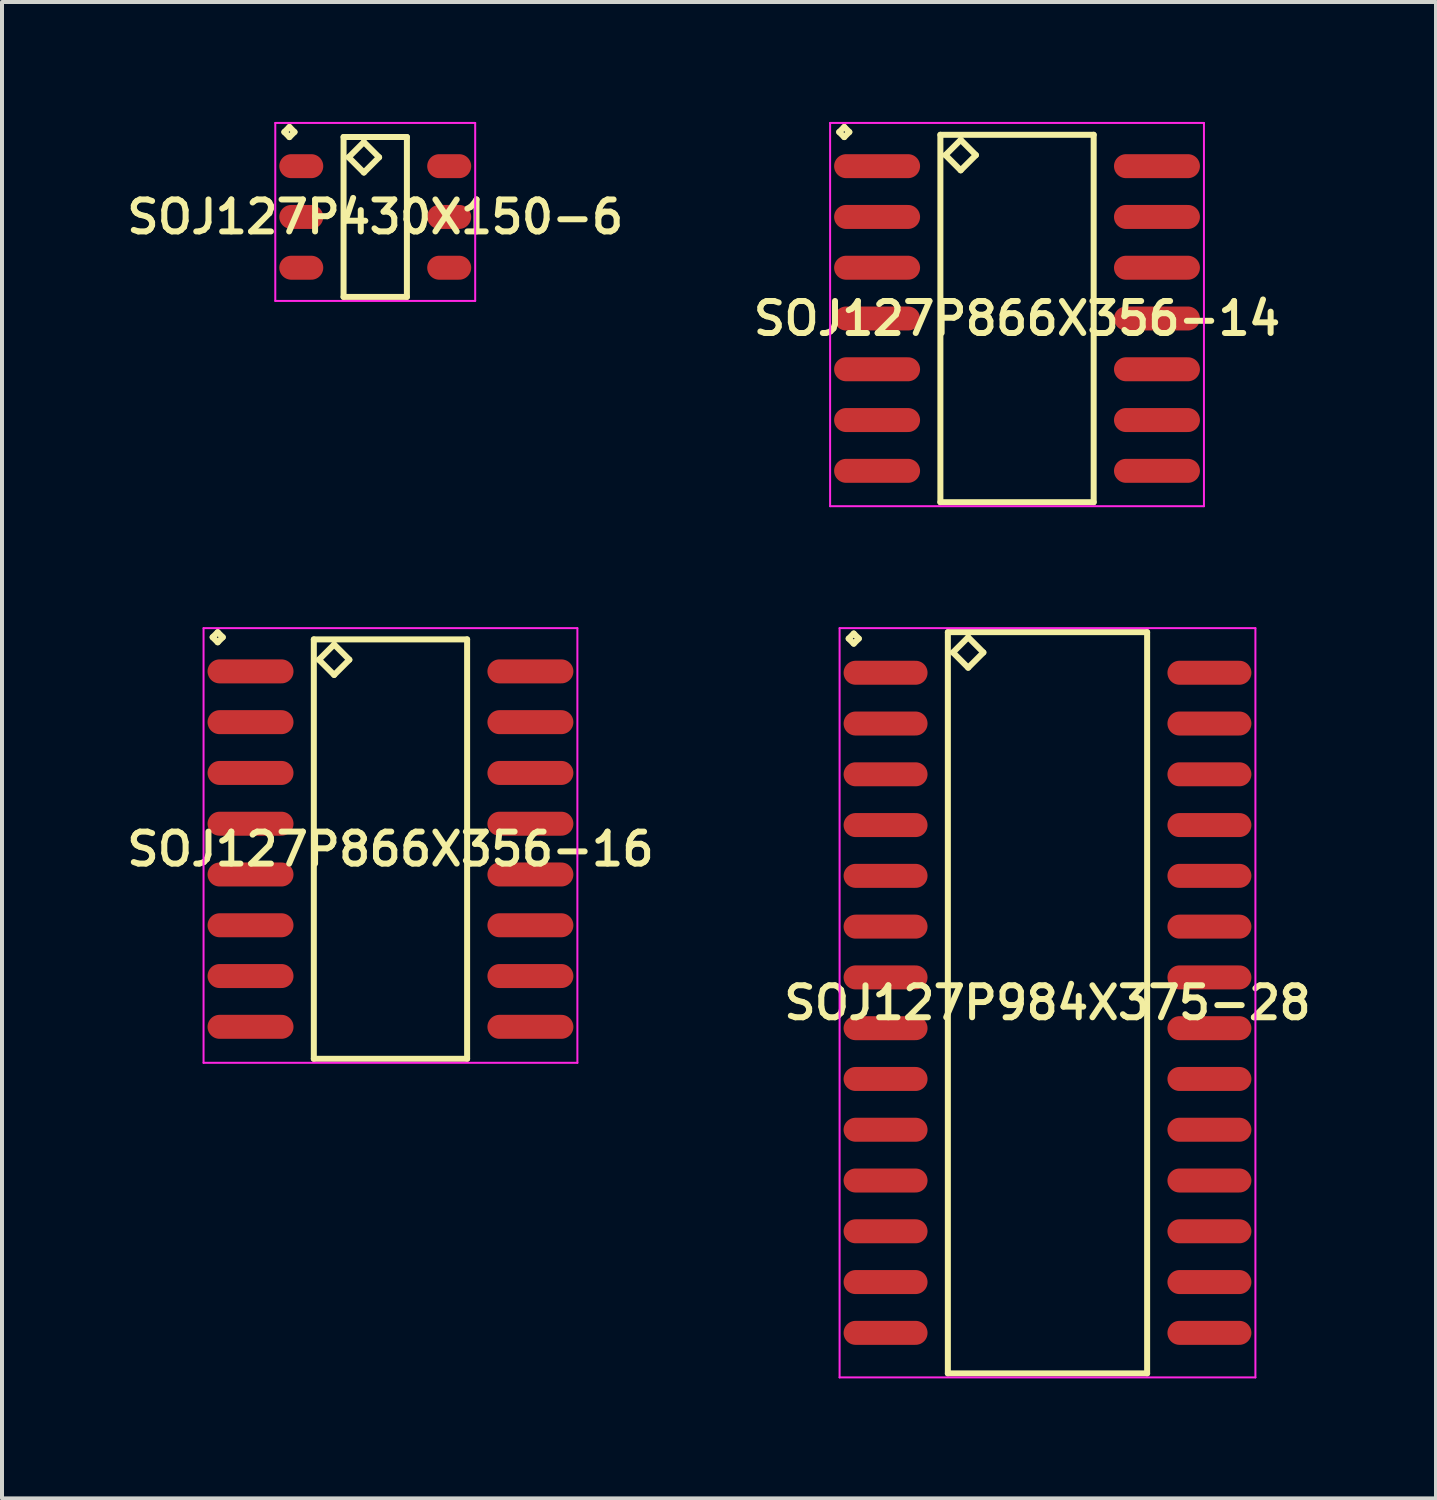
<source format=kicad_pcb>
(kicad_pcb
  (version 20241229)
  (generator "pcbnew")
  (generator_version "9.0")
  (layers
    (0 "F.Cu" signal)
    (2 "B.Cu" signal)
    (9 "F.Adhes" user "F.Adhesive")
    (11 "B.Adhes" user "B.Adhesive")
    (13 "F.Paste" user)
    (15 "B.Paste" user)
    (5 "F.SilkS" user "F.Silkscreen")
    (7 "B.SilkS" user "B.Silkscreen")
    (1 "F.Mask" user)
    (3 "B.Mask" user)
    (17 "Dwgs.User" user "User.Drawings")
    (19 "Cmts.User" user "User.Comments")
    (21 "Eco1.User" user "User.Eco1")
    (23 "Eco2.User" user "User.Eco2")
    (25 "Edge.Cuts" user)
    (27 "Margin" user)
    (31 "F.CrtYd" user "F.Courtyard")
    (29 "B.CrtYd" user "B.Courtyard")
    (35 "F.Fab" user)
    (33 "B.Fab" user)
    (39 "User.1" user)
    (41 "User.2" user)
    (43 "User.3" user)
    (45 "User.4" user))
  (footprint "SOJ127P866X356-16"
    (layer "F.Cu")
    (at 6.716 18.187)
    (property "Reference" "SOJ127P866X356-16" (at 0 0 0) (layer "F.SilkS") (effects (font (size 0.8 0.8) (thickness 0.15))))
    (attr smd)
    (fp_line (start -4.448 -5.299) (end -4.321 -5.426) (stroke (width 0.15) (type solid)) (layer "F.SilkS"))
    (fp_line (start -4.321 -5.426) (end -4.194 -5.299) (stroke (width 0.15) (type solid)) (layer "F.SilkS"))
    (fp_line (start -4.321 -5.172) (end -4.448 -5.299) (stroke (width 0.15) (type solid)) (layer "F.SilkS"))
    (fp_line (start -4.194 -5.299) (end -4.321 -5.172) (stroke (width 0.15) (type solid)) (layer "F.SilkS"))
    (fp_line (start -1.917 -5.245) (end -1.917 5.245) (stroke (width 0.15) (type solid)) (layer "F.SilkS"))
    (fp_line (start -1.917 5.245) (end 1.917 5.245) (stroke (width 0.15) (type solid)) (layer "F.SilkS"))
    (fp_line (start -1.79 -4.737) (end -1.409 -5.118) (stroke (width 0.15) (type solid)) (layer "F.SilkS"))
    (fp_line (start -1.409 -5.118) (end -1.028 -4.737) (stroke (width 0.15) (type solid)) (layer "F.SilkS"))
    (fp_line (start -1.409 -4.356) (end -1.79 -4.737) (stroke (width 0.15) (type solid)) (layer "F.SilkS"))
    (fp_line (start -1.028 -4.737) (end -1.409 -4.356) (stroke (width 0.15) (type solid)) (layer "F.SilkS"))
    (fp_line (start 1.917 -5.245) (end -1.917 -5.245) (stroke (width 0.15) (type solid)) (layer "F.SilkS"))
    (fp_line (start 1.917 5.245) (end 1.917 -5.245) (stroke (width 0.15) (type solid)) (layer "F.SilkS"))
    (fp_line (start -4.675 -5.526) (end 4.675 -5.526) (stroke (width 0.05) (type solid)) (layer "F.CrtYd"))
    (fp_line (start -4.675 5.345) (end -4.675 -5.526) (stroke (width 0.05) (type solid)) (layer "F.CrtYd"))
    (fp_line (start 4.675 -5.526) (end 4.675 5.345) (stroke (width 0.05) (type solid)) (layer "F.CrtYd"))
    (fp_line (start 4.675 5.345) (end -4.675 5.345) (stroke (width 0.05) (type solid)) (layer "F.CrtYd"))
    (pad "1" smd oval (at -3.5 -4.445) (size 2.15 0.6) (layers "F.Cu" "F.Mask" "F.Paste"))
    (pad "2" smd oval (at -3.5 -3.175) (size 2.15 0.6) (layers "F.Cu" "F.Mask" "F.Paste"))
    (pad "3" smd oval (at -3.5 -1.905) (size 2.15 0.6) (layers "F.Cu" "F.Mask" "F.Paste"))
    (pad "4" smd oval (at -3.5 -0.635) (size 2.15 0.6) (layers "F.Cu" "F.Mask" "F.Paste"))
    (pad "5" smd oval (at -3.5 0.635) (size 2.15 0.6) (layers "F.Cu" "F.Mask" "F.Paste"))
    (pad "6" smd oval (at -3.5 1.905) (size 2.15 0.6) (layers "F.Cu" "F.Mask" "F.Paste"))
    (pad "7" smd oval (at -3.5 3.175) (size 2.15 0.6) (layers "F.Cu" "F.Mask" "F.Paste"))
    (pad "8" smd oval (at -3.5 4.445) (size 2.15 0.6) (layers "F.Cu" "F.Mask" "F.Paste"))
    (pad "9" smd oval (at 3.5 4.445) (size 2.15 0.6) (layers "F.Cu" "F.Mask" "F.Paste"))
    (pad "10" smd oval (at 3.5 3.175) (size 2.15 0.6) (layers "F.Cu" "F.Mask" "F.Paste"))
    (pad "11" smd oval (at 3.5 1.905) (size 2.15 0.6) (layers "F.Cu" "F.Mask" "F.Paste"))
    (pad "12" smd oval (at 3.5 0.635) (size 2.15 0.6) (layers "F.Cu" "F.Mask" "F.Paste"))
    (pad "13" smd oval (at 3.5 -0.635) (size 2.15 0.6) (layers "F.Cu" "F.Mask" "F.Paste"))
    (pad "14" smd oval (at 3.5 -1.905) (size 2.15 0.6) (layers "F.Cu" "F.Mask" "F.Paste"))
    (pad "15" smd oval (at 3.5 -3.175) (size 2.15 0.6) (layers "F.Cu" "F.Mask" "F.Paste"))
    (pad "16" smd oval (at 3.5 -4.445) (size 2.15 0.6) (layers "F.Cu" "F.Mask" "F.Paste")))
  (footprint "SOJ127P984X375-28"
    (layer "F.Cu")
    (at 23.149 22.031)
    (property "Reference" "SOJ127P984X375-28" (at 0 0 0) (layer "F.SilkS") (effects (font (size 0.8 0.8) (thickness 0.15))))
    (attr smd)
    (fp_line (start -4.973 -9.109) (end -4.846 -9.236) (stroke (width 0.15) (type solid)) (layer "F.SilkS"))
    (fp_line (start -4.846 -9.236) (end -4.719 -9.109) (stroke (width 0.15) (type solid)) (layer "F.SilkS"))
    (fp_line (start -4.846 -8.982) (end -4.973 -9.109) (stroke (width 0.15) (type solid)) (layer "F.SilkS"))
    (fp_line (start -4.719 -9.109) (end -4.846 -8.982) (stroke (width 0.15) (type solid)) (layer "F.SilkS"))
    (fp_line (start -2.492 -9.27) (end -2.492 9.27) (stroke (width 0.15) (type solid)) (layer "F.SilkS"))
    (fp_line (start -2.492 9.27) (end 2.492 9.27) (stroke (width 0.15) (type solid)) (layer "F.SilkS"))
    (fp_line (start -2.365 -8.762) (end -1.984 -9.143) (stroke (width 0.15) (type solid)) (layer "F.SilkS"))
    (fp_line (start -1.984 -9.143) (end -1.603 -8.762) (stroke (width 0.15) (type solid)) (layer "F.SilkS"))
    (fp_line (start -1.984 -8.381) (end -2.365 -8.762) (stroke (width 0.15) (type solid)) (layer "F.SilkS"))
    (fp_line (start -1.603 -8.762) (end -1.984 -8.381) (stroke (width 0.15) (type solid)) (layer "F.SilkS"))
    (fp_line (start 2.492 -9.27) (end -2.492 -9.27) (stroke (width 0.15) (type solid)) (layer "F.SilkS"))
    (fp_line (start 2.492 9.27) (end 2.492 -9.27) (stroke (width 0.15) (type solid)) (layer "F.SilkS"))
    (fp_line (start -5.2 -9.37) (end 5.2 -9.37) (stroke (width 0.05) (type solid)) (layer "F.CrtYd"))
    (fp_line (start -5.2 9.37) (end -5.2 -9.37) (stroke (width 0.05) (type solid)) (layer "F.CrtYd"))
    (fp_line (start 5.2 -9.37) (end 5.2 9.37) (stroke (width 0.05) (type solid)) (layer "F.CrtYd"))
    (fp_line (start 5.2 9.37) (end -5.2 9.37) (stroke (width 0.05) (type solid)) (layer "F.CrtYd"))
    (pad "1" smd oval (at -4.05 -8.255) (size 2.1 0.6) (layers "F.Cu" "F.Mask" "F.Paste"))
    (pad "2" smd oval (at -4.05 -6.985) (size 2.1 0.6) (layers "F.Cu" "F.Mask" "F.Paste"))
    (pad "3" smd oval (at -4.05 -5.715) (size 2.1 0.6) (layers "F.Cu" "F.Mask" "F.Paste"))
    (pad "4" smd oval (at -4.05 -4.445) (size 2.1 0.6) (layers "F.Cu" "F.Mask" "F.Paste"))
    (pad "5" smd oval (at -4.05 -3.175) (size 2.1 0.6) (layers "F.Cu" "F.Mask" "F.Paste"))
    (pad "6" smd oval (at -4.05 -1.905) (size 2.1 0.6) (layers "F.Cu" "F.Mask" "F.Paste"))
    (pad "7" smd oval (at -4.05 -0.635) (size 2.1 0.6) (layers "F.Cu" "F.Mask" "F.Paste"))
    (pad "8" smd oval (at -4.05 0.635) (size 2.1 0.6) (layers "F.Cu" "F.Mask" "F.Paste"))
    (pad "9" smd oval (at -4.05 1.905) (size 2.1 0.6) (layers "F.Cu" "F.Mask" "F.Paste"))
    (pad "10" smd oval (at -4.05 3.175) (size 2.1 0.6) (layers "F.Cu" "F.Mask" "F.Paste"))
    (pad "11" smd oval (at -4.05 4.445) (size 2.1 0.6) (layers "F.Cu" "F.Mask" "F.Paste"))
    (pad "12" smd oval (at -4.05 5.715) (size 2.1 0.6) (layers "F.Cu" "F.Mask" "F.Paste"))
    (pad "13" smd oval (at -4.05 6.985) (size 2.1 0.6) (layers "F.Cu" "F.Mask" "F.Paste"))
    (pad "14" smd oval (at -4.05 8.255) (size 2.1 0.6) (layers "F.Cu" "F.Mask" "F.Paste"))
    (pad "15" smd oval (at 4.05 8.255) (size 2.1 0.6) (layers "F.Cu" "F.Mask" "F.Paste"))
    (pad "16" smd oval (at 4.05 6.985) (size 2.1 0.6) (layers "F.Cu" "F.Mask" "F.Paste"))
    (pad "17" smd oval (at 4.05 5.715) (size 2.1 0.6) (layers "F.Cu" "F.Mask" "F.Paste"))
    (pad "18" smd oval (at 4.05 4.445) (size 2.1 0.6) (layers "F.Cu" "F.Mask" "F.Paste"))
    (pad "19" smd oval (at 4.05 3.175) (size 2.1 0.6) (layers "F.Cu" "F.Mask" "F.Paste"))
    (pad "20" smd oval (at 4.05 1.905) (size 2.1 0.6) (layers "F.Cu" "F.Mask" "F.Paste"))
    (pad "21" smd oval (at 4.05 0.635) (size 2.1 0.6) (layers "F.Cu" "F.Mask" "F.Paste"))
    (pad "22" smd oval (at 4.05 -0.635) (size 2.1 0.6) (layers "F.Cu" "F.Mask" "F.Paste"))
    (pad "23" smd oval (at 4.05 -1.905) (size 2.1 0.6) (layers "F.Cu" "F.Mask" "F.Paste"))
    (pad "24" smd oval (at 4.05 -3.175) (size 2.1 0.6) (layers "F.Cu" "F.Mask" "F.Paste"))
    (pad "25" smd oval (at 4.05 -4.445) (size 2.1 0.6) (layers "F.Cu" "F.Mask" "F.Paste"))
    (pad "26" smd oval (at 4.05 -5.715) (size 2.1 0.6) (layers "F.Cu" "F.Mask" "F.Paste"))
    (pad "27" smd oval (at 4.05 -6.985) (size 2.1 0.6) (layers "F.Cu" "F.Mask" "F.Paste"))
    (pad "28" smd oval (at 4.05 -8.255) (size 2.1 0.6) (layers "F.Cu" "F.Mask" "F.Paste")))
  (footprint "SOJ127P866X356-14"
    (layer "F.Cu")
    (at 22.387 4.916)
    (property "Reference" "SOJ127P866X356-14" (at 0 0 0) (layer "F.SilkS") (effects (font (size 0.8 0.8) (thickness 0.15))))
    (attr smd)
    (fp_line (start -4.448 -4.664) (end -4.321 -4.791) (stroke (width 0.15) (type solid)) (layer "F.SilkS"))
    (fp_line (start -4.321 -4.791) (end -4.194 -4.664) (stroke (width 0.15) (type solid)) (layer "F.SilkS"))
    (fp_line (start -4.321 -4.537) (end -4.448 -4.664) (stroke (width 0.15) (type solid)) (layer "F.SilkS"))
    (fp_line (start -4.194 -4.664) (end -4.321 -4.537) (stroke (width 0.15) (type solid)) (layer "F.SilkS"))
    (fp_line (start -1.917 -4.595) (end -1.917 4.595) (stroke (width 0.15) (type solid)) (layer "F.SilkS"))
    (fp_line (start -1.917 4.595) (end 1.917 4.595) (stroke (width 0.15) (type solid)) (layer "F.SilkS"))
    (fp_line (start -1.79 -4.087) (end -1.409 -4.468) (stroke (width 0.15) (type solid)) (layer "F.SilkS"))
    (fp_line (start -1.409 -4.468) (end -1.028 -4.087) (stroke (width 0.15) (type solid)) (layer "F.SilkS"))
    (fp_line (start -1.409 -3.706) (end -1.79 -4.087) (stroke (width 0.15) (type solid)) (layer "F.SilkS"))
    (fp_line (start -1.028 -4.087) (end -1.409 -3.706) (stroke (width 0.15) (type solid)) (layer "F.SilkS"))
    (fp_line (start 1.917 -4.595) (end -1.917 -4.595) (stroke (width 0.15) (type solid)) (layer "F.SilkS"))
    (fp_line (start 1.917 4.595) (end 1.917 -4.595) (stroke (width 0.15) (type solid)) (layer "F.SilkS"))
    (fp_line (start -4.675 -4.891) (end 4.675 -4.891) (stroke (width 0.05) (type solid)) (layer "F.CrtYd"))
    (fp_line (start -4.675 4.695) (end -4.675 -4.891) (stroke (width 0.05) (type solid)) (layer "F.CrtYd"))
    (fp_line (start 4.675 -4.891) (end 4.675 4.695) (stroke (width 0.05) (type solid)) (layer "F.CrtYd"))
    (fp_line (start 4.675 4.695) (end -4.675 4.695) (stroke (width 0.05) (type solid)) (layer "F.CrtYd"))
    (pad "1" smd oval (at -3.5 -3.81) (size 2.15 0.6) (layers "F.Cu" "F.Mask" "F.Paste"))
    (pad "2" smd oval (at -3.5 -2.54) (size 2.15 0.6) (layers "F.Cu" "F.Mask" "F.Paste"))
    (pad "3" smd oval (at -3.5 -1.27) (size 2.15 0.6) (layers "F.Cu" "F.Mask" "F.Paste"))
    (pad "4" smd oval (at -3.5 0) (size 2.15 0.6) (layers "F.Cu" "F.Mask" "F.Paste"))
    (pad "5" smd oval (at -3.5 1.27) (size 2.15 0.6) (layers "F.Cu" "F.Mask" "F.Paste"))
    (pad "6" smd oval (at -3.5 2.54) (size 2.15 0.6) (layers "F.Cu" "F.Mask" "F.Paste"))
    (pad "7" smd oval (at -3.5 3.81) (size 2.15 0.6) (layers "F.Cu" "F.Mask" "F.Paste"))
    (pad "8" smd oval (at 3.5 3.81) (size 2.15 0.6) (layers "F.Cu" "F.Mask" "F.Paste"))
    (pad "9" smd oval (at 3.5 2.54) (size 2.15 0.6) (layers "F.Cu" "F.Mask" "F.Paste"))
    (pad "10" smd oval (at 3.5 1.27) (size 2.15 0.6) (layers "F.Cu" "F.Mask" "F.Paste"))
    (pad "11" smd oval (at 3.5 0) (size 2.15 0.6) (layers "F.Cu" "F.Mask" "F.Paste"))
    (pad "12" smd oval (at 3.5 -1.27) (size 2.15 0.6) (layers "F.Cu" "F.Mask" "F.Paste"))
    (pad "13" smd oval (at 3.5 -2.54) (size 2.15 0.6) (layers "F.Cu" "F.Mask" "F.Paste"))
    (pad "14" smd oval (at 3.5 -3.81) (size 2.15 0.6) (layers "F.Cu" "F.Mask" "F.Paste")))
  (footprint "SOJ127P430X150-6"
    (layer "F.Cu")
    (at 6.335 2.376)
    (property "Reference" "SOJ127P430X150-6" (at 0 0 0) (layer "F.SilkS") (effects (font (size 0.8 0.8) (thickness 0.15))))
    (attr smd)
    (fp_line (start -2.273 -2.124) (end -2.146 -2.251) (stroke (width 0.15) (type solid)) (layer "F.SilkS"))
    (fp_line (start -2.146 -2.251) (end -2.019 -2.124) (stroke (width 0.15) (type solid)) (layer "F.SilkS"))
    (fp_line (start -2.146 -1.997) (end -2.273 -2.124) (stroke (width 0.15) (type solid)) (layer "F.SilkS"))
    (fp_line (start -2.019 -2.124) (end -2.146 -1.997) (stroke (width 0.15) (type solid)) (layer "F.SilkS"))
    (fp_line (start -0.792 -2) (end -0.792 2) (stroke (width 0.15) (type solid)) (layer "F.SilkS"))
    (fp_line (start -0.792 2) (end 0.792 2) (stroke (width 0.15) (type solid)) (layer "F.SilkS"))
    (fp_line (start -0.665 -1.492) (end -0.284 -1.873) (stroke (width 0.15) (type solid)) (layer "F.SilkS"))
    (fp_line (start -0.284 -1.873) (end 0.097 -1.492) (stroke (width 0.15) (type solid)) (layer "F.SilkS"))
    (fp_line (start -0.284 -1.111) (end -0.665 -1.492) (stroke (width 0.15) (type solid)) (layer "F.SilkS"))
    (fp_line (start 0.097 -1.492) (end -0.284 -1.111) (stroke (width 0.15) (type solid)) (layer "F.SilkS"))
    (fp_line (start 0.792 -2) (end -0.792 -2) (stroke (width 0.15) (type solid)) (layer "F.SilkS"))
    (fp_line (start 0.792 2) (end 0.792 -2) (stroke (width 0.15) (type solid)) (layer "F.SilkS"))
    (fp_line (start -2.5 -2.351) (end 2.5 -2.351) (stroke (width 0.05) (type solid)) (layer "F.CrtYd"))
    (fp_line (start -2.5 2.1) (end -2.5 -2.351) (stroke (width 0.05) (type solid)) (layer "F.CrtYd"))
    (fp_line (start 2.5 -2.351) (end 2.5 2.1) (stroke (width 0.05) (type solid)) (layer "F.CrtYd"))
    (fp_line (start 2.5 2.1) (end -2.5 2.1) (stroke (width 0.05) (type solid)) (layer "F.CrtYd"))
    (pad "1" smd oval (at -1.85 -1.27) (size 1.1 0.6) (layers "F.Cu" "F.Mask" "F.Paste"))
    (pad "2" smd oval (at -1.85 0) (size 1.1 0.6) (layers "F.Cu" "F.Mask" "F.Paste"))
    (pad "3" smd oval (at -1.85 1.27) (size 1.1 0.6) (layers "F.Cu" "F.Mask" "F.Paste"))
    (pad "4" smd oval (at 1.85 1.27) (size 1.1 0.6) (layers "F.Cu" "F.Mask" "F.Paste"))
    (pad "5" smd oval (at 1.85 0) (size 1.1 0.6) (layers "F.Cu" "F.Mask" "F.Paste"))
    (pad "6" smd oval (at 1.85 -1.27) (size 1.1 0.6) (layers "F.Cu" "F.Mask" "F.Paste")))
  (gr_rect
    (start -3 -3)
    (end 32.866 34.426)
    (stroke (width 0.1) (type default))
    (fill no)
    (layer "Edge.Cuts")))
</source>
